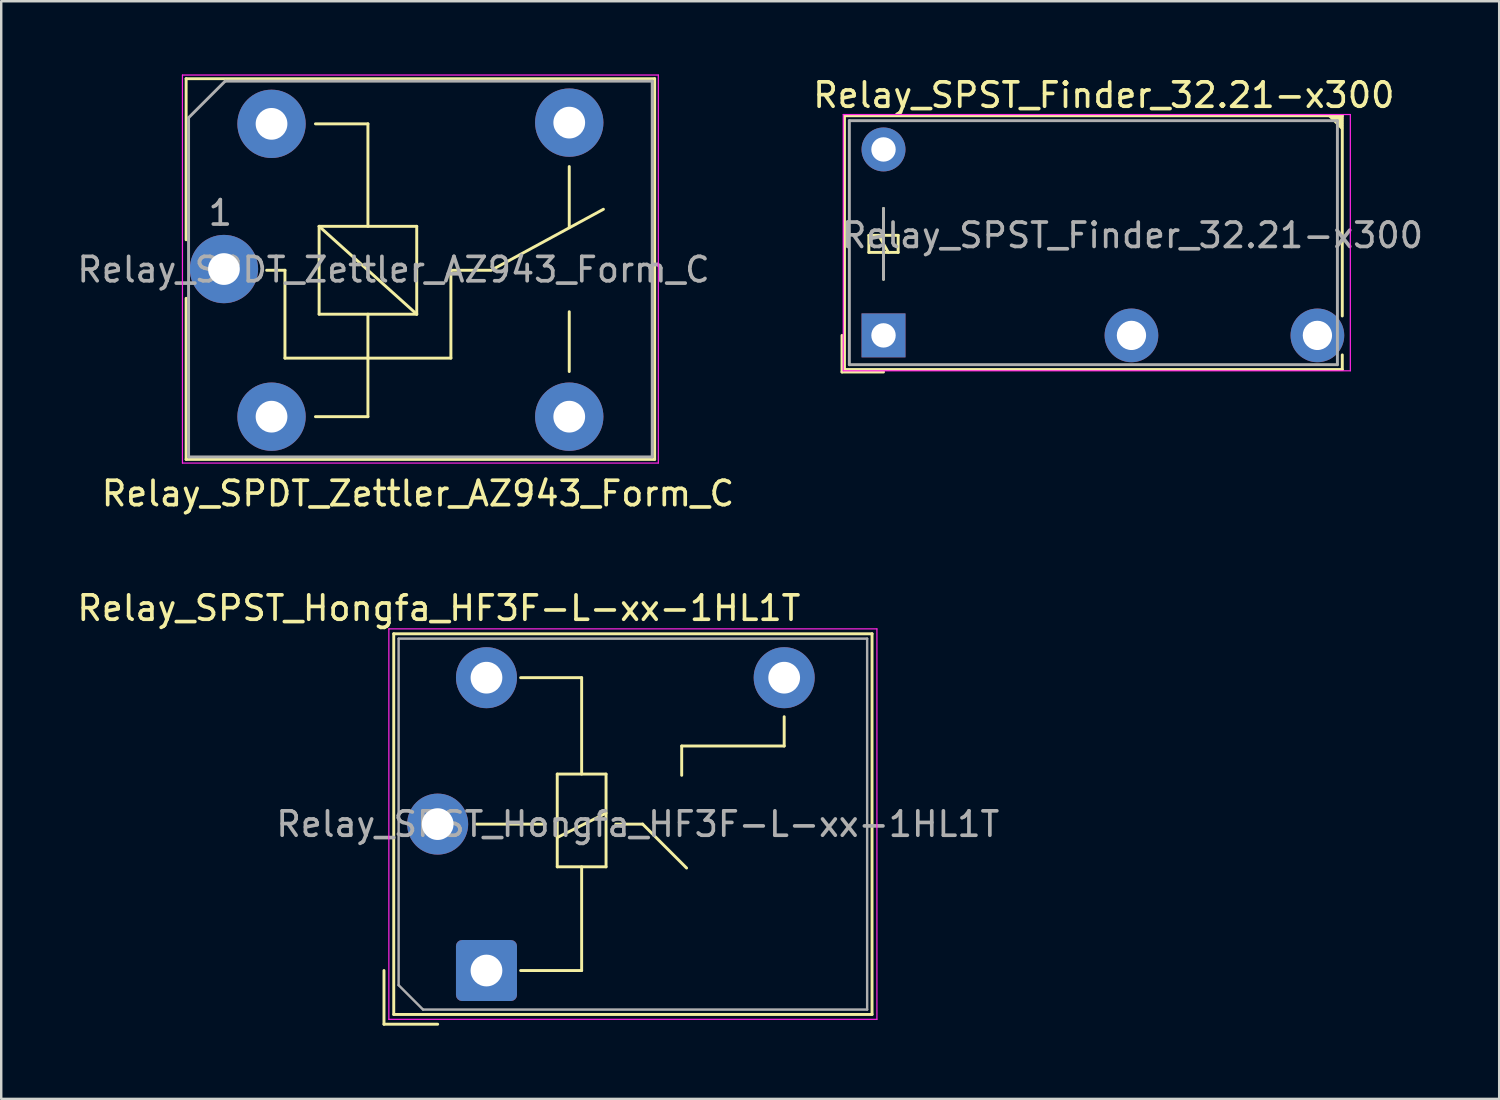
<source format=kicad_pcb>
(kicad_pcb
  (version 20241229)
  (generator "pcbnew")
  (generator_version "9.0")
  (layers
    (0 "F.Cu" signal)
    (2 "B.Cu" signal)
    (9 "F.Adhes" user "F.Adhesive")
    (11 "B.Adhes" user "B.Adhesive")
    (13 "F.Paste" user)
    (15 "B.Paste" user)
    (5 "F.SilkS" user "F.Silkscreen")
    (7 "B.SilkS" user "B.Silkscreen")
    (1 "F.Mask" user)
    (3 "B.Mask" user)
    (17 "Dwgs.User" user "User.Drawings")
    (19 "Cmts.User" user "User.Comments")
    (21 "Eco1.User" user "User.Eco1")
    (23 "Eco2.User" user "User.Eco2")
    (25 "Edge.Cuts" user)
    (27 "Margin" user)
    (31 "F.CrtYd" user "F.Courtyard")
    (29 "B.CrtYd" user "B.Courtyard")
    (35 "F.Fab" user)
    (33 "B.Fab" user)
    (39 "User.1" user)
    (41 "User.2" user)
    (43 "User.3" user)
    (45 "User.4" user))
  (footprint "Relay_SPDT_Zettler_AZ943_Form_C"
    (layer "F.Cu")
    (at 5.977 7.975)
    (property "Reference" "Relay_SPDT_Zettler_AZ943_Form_C" (at 8.1 9.2 0) (layer "F.SilkS") (effects (font (size 1 1) (thickness 0.15))))
    (attr through_hole)
    (fp_line (start -1.4 -7.8) (end -1.4 -1.2) (stroke (width 0.12) (type solid)) (layer "F.SilkS"))
    (fp_line (start -1.4 -7.8) (end 17.8 -7.8) (stroke (width 0.12) (type solid)) (layer "F.SilkS"))
    (fp_line (start -1.4 1.2) (end -1.4 7.8) (stroke (width 0.12) (type solid)) (layer "F.SilkS"))
    (fp_line (start 2.65 0.05) (end 1.9 0.05) (stroke (width 0.12) (type solid)) (layer "F.SilkS"))
    (fp_line (start 2.65 0.05) (end 2.65 3.65) (stroke (width 0.12) (type solid)) (layer "F.SilkS"))
    (fp_line (start 3.9 6.05) (end 6.05 6.05) (stroke (width 0.12) (type solid)) (layer "F.SilkS"))
    (fp_line (start 4.05 -1.75) (end 8.05 -1.75) (stroke (width 0.12) (type solid)) (layer "F.SilkS"))
    (fp_line (start 4.05 1.85) (end 4.05 -1.75) (stroke (width 0.12) (type solid)) (layer "F.SilkS"))
    (fp_line (start 6.05 -5.95) (end 3.9 -5.95) (stroke (width 0.12) (type solid)) (layer "F.SilkS"))
    (fp_line (start 6.05 -5.95) (end 6.05 -1.75) (stroke (width 0.12) (type solid)) (layer "F.SilkS"))
    (fp_line (start 6.05 1.85) (end 6.05 6.05) (stroke (width 0.12) (type solid)) (layer "F.SilkS"))
    (fp_line (start 8.05 -1.75) (end 8.05 1.85) (stroke (width 0.12) (type solid)) (layer "F.SilkS"))
    (fp_line (start 8.05 1.85) (end 4.05 -1.75) (stroke (width 0.12) (type solid)) (layer "F.SilkS"))
    (fp_line (start 8.05 1.85) (end 4.05 1.85) (stroke (width 0.12) (type solid)) (layer "F.SilkS"))
    (fp_line (start 9.45 0.05) (end 9.45 3.65) (stroke (width 0.12) (type solid)) (layer "F.SilkS"))
    (fp_line (start 9.45 0.05) (end 11.05 0.05) (stroke (width 0.12) (type solid)) (layer "F.SilkS"))
    (fp_line (start 9.45 3.65) (end 2.65 3.65) (stroke (width 0.12) (type solid)) (layer "F.SilkS"))
    (fp_line (start 11.1 0.05) (end 15.7 -2.45) (stroke (width 0.12) (type solid)) (layer "F.SilkS"))
    (fp_line (start 14.3 -4.2) (end 14.3 -1.7) (stroke (width 0.12) (type solid)) (layer "F.SilkS"))
    (fp_line (start 14.3 4.2) (end 14.3 1.75) (stroke (width 0.12) (type solid)) (layer "F.SilkS"))
    (fp_line (start 17.8 -7.8) (end 17.8 7.8) (stroke (width 0.12) (type solid)) (layer "F.SilkS"))
    (fp_line (start 17.8 7.8) (end -1.4 7.8) (stroke (width 0.12) (type solid)) (layer "F.SilkS"))
    (fp_line (start -1.55 7.95) (end -1.55 -7.95) (stroke (width 0.05) (type solid)) (layer "F.CrtYd"))
    (fp_line (start -1.55 7.95) (end 17.95 7.95) (stroke (width 0.05) (type solid)) (layer "F.CrtYd"))
    (fp_line (start 17.95 -7.95) (end -1.55 -7.95) (stroke (width 0.05) (type solid)) (layer "F.CrtYd"))
    (fp_line (start 17.95 -7.95) (end 17.95 7.95) (stroke (width 0.05) (type solid)) (layer "F.CrtYd"))
    (fp_line (start -1.3 7.7) (end -1.3 -6.2) (stroke (width 0.12) (type solid)) (layer "F.Fab"))
    (fp_line (start 0.2 -7.7) (end -1.3 -6.2) (stroke (width 0.12) (type default)) (layer "F.Fab"))
    (fp_line (start 0.2 -7.7) (end 17.7 -7.7) (stroke (width 0.12) (type solid)) (layer "F.Fab"))
    (fp_line (start 17.7 -7.7) (end 17.7 7.7) (stroke (width 0.12) (type solid)) (layer "F.Fab"))
    (fp_line (start 17.7 7.7) (end -1.3 7.7) (stroke (width 0.12) (type solid)) (layer "F.Fab"))
    (fp_text user "1" (at 0 -2.3 0) (layer "F.Fab") (effects (font (size 1 1) (thickness 0.15))))
    (fp_text user "${REFERENCE}" (at 7.1 0.025 0) (layer "F.Fab") (effects (font (size 1 1) (thickness 0.15))))
    (pad "11" thru_hole circle (at 0.15 0 90) (size 2.8 2.8) (drill 1.3) (layers "*.Cu" "*.Mask"))
    (pad "12" thru_hole circle (at 14.3 -6 90) (size 2.8 2.8) (drill 1.3) (layers "*.Cu" "*.Mask"))
    (pad "14" thru_hole circle (at 14.3 6.05 90) (size 2.8 2.8) (drill 1.3) (layers "*.Cu" "*.Mask"))
    (pad "A1" thru_hole circle (at 2.1 -5.95 90) (size 2.8 2.8) (drill 1.3) (layers "*.Cu" "*.Mask"))
    (pad "A2" thru_hole circle (at 2.1 6.05 90) (size 2.8 2.8) (drill 1.3) (layers "*.Cu" "*.Mask")))
  (footprint "Relay_SPST_Hongfa_HF3F-L-xx-1HL1T"
    (layer "F.Cu")
    (at 16.885 36.721)
    (property "Reference" "Relay_SPST_Hongfa_HF3F-L-xx-1HL1T" (at -1.95 -14.85 0) (layer "F.SilkS") (effects (font (size 1 1) (thickness 0.15))))
    (attr through_hole)
    (fp_line (start -4.2 0) (end -4.2 2.2) (stroke (width 0.12) (type solid)) (layer "F.SilkS"))
    (fp_line (start -4.2 2.2) (end -2 2.2) (stroke (width 0.12) (type solid)) (layer "F.SilkS"))
    (fp_line (start -3.8 -13.8) (end -3.8 1.8) (stroke (width 0.12) (type solid)) (layer "F.SilkS"))
    (fp_line (start -3.8 1.8) (end 15.8 1.8) (stroke (width 0.12) (type solid)) (layer "F.SilkS"))
    (fp_line (start -0.4 -6) (end 2.4 -6) (stroke (width 0.12) (type solid)) (layer "F.SilkS"))
    (fp_line (start 2.9 -8.05) (end 2.9 -4.25) (stroke (width 0.12) (type solid)) (layer "F.SilkS"))
    (fp_line (start 2.9 -4.25) (end 4.9 -4.25) (stroke (width 0.12) (type solid)) (layer "F.SilkS"))
    (fp_line (start 3.9 -12) (end 1.4 -12) (stroke (width 0.12) (type solid)) (layer "F.SilkS"))
    (fp_line (start 3.9 -8.05) (end 3.9 -12) (stroke (width 0.12) (type default)) (layer "F.SilkS"))
    (fp_line (start 3.9 -4.25) (end 3.9 0) (stroke (width 0.12) (type default)) (layer "F.SilkS"))
    (fp_line (start 3.9 0) (end 1.4 0) (stroke (width 0.12) (type solid)) (layer "F.SilkS"))
    (fp_line (start 4.9 -8.05) (end 2.9 -8.05) (stroke (width 0.12) (type solid)) (layer "F.SilkS"))
    (fp_line (start 4.9 -6.45) (end 2.9 -5.45) (stroke (width 0.12) (type solid)) (layer "F.SilkS"))
    (fp_line (start 4.9 -4.25) (end 4.9 -8.05) (stroke (width 0.12) (type solid)) (layer "F.SilkS"))
    (fp_line (start 6.4 -6) (end 5.3 -6) (stroke (width 0.12) (type default)) (layer "F.SilkS"))
    (fp_line (start 6.4 -6) (end 8.2 -4.2) (stroke (width 0.12) (type solid)) (layer "F.SilkS"))
    (fp_line (start 8 -9.2) (end 8 -8) (stroke (width 0.12) (type solid)) (layer "F.SilkS"))
    (fp_line (start 12.2 -10.4) (end 12.2 -9.2) (stroke (width 0.12) (type solid)) (layer "F.SilkS"))
    (fp_line (start 12.2 -9.2) (end 8 -9.2) (stroke (width 0.12) (type solid)) (layer "F.SilkS"))
    (fp_line (start 15.8 -13.8) (end -3.8 -13.8) (stroke (width 0.12) (type solid)) (layer "F.SilkS"))
    (fp_line (start 15.8 1.8) (end 15.8 -13.8) (stroke (width 0.12) (type solid)) (layer "F.SilkS"))
    (fp_line (start -4 -14) (end -4 2) (stroke (width 0.05) (type solid)) (layer "F.CrtYd"))
    (fp_line (start -4 2) (end 16 2) (stroke (width 0.05) (type solid)) (layer "F.CrtYd"))
    (fp_line (start 16 -14) (end -4 -14) (stroke (width 0.05) (type solid)) (layer "F.CrtYd"))
    (fp_line (start 16 2) (end 16 -14) (stroke (width 0.05) (type solid)) (layer "F.CrtYd"))
    (fp_line (start -3.6 -13.6) (end -3.6 0.6) (stroke (width 0.1) (type solid)) (layer "F.Fab"))
    (fp_line (start -3.6 0.6) (end -2.6 1.6) (stroke (width 0.1) (type solid)) (layer "F.Fab"))
    (fp_line (start -2.6 1.6) (end 15.6 1.6) (stroke (width 0.1) (type solid)) (layer "F.Fab"))
    (fp_line (start 15.6 -13.6) (end -3.6 -13.6) (stroke (width 0.1) (type solid)) (layer "F.Fab"))
    (fp_line (start 15.6 1.6) (end 15.6 -13.6) (stroke (width 0.1) (type solid)) (layer "F.Fab"))
    (fp_text user "${REFERENCE}" (at 6.2 -6 0) (layer "F.Fab") (effects (font (size 1 1) (thickness 0.15))))
    (pad "1" thru_hole roundrect (at 0 0) (size 2.5 2.5) (drill 1.3) (layers "*.Cu" "*.Mask") (roundrect_rratio 0.1))
    (pad "4" thru_hole circle (at 12.2 -12) (size 2.5 2.5) (drill 1.3) (layers "*.Cu" "*.Mask"))
    (pad "5" thru_hole circle (at 0 -12) (size 2.5 2.5) (drill 1.3) (layers "*.Cu" "*.Mask"))
    (pad "6" thru_hole circle (at -2 -6) (size 2.5 2.5) (drill 1.3) (layers "*.Cu" "*.Mask")))
  (footprint "Relay_SPST_Finder_32.21-x300"
    (layer "F.Cu")
    (at 33.155 10.694)
    (property "Reference" "Relay_SPST_Finder_32.21-x300" (at 9.029 -9.846 180) (layer "F.SilkS") (effects (font (size 1 1) (thickness 0.15))))
    (attr through_hole)
    (fp_line (start -1.7 1.5) (end -1.7 0) (stroke (width 0.12) (type solid)) (layer "F.SilkS"))
    (fp_line (start -1.6 -9) (end 18.8 -9) (stroke (width 0.12) (type solid)) (layer "F.SilkS"))
    (fp_line (start -1.6 1.4) (end -1.6 -9) (stroke (width 0.12) (type solid)) (layer "F.SilkS"))
    (fp_line (start -0.6 -4.1) (end -0.6 -3.4) (stroke (width 0.12) (type solid)) (layer "F.SilkS"))
    (fp_line (start -0.6 -3.4) (end 0.6 -3.4) (stroke (width 0.12) (type solid)) (layer "F.SilkS"))
    (fp_line (start 0 -4.1) (end 0 -5.2) (stroke (width 0.12) (type solid)) (layer "F.SilkS"))
    (fp_line (start 0 -3.4) (end 0 -2.3) (stroke (width 0.12) (type solid)) (layer "F.SilkS"))
    (fp_line (start 0 1.5) (end -1.7 1.5) (stroke (width 0.12) (type solid)) (layer "F.SilkS"))
    (fp_line (start 0.2 -3.4) (end -0.2 -4.1) (stroke (width 0.12) (type solid)) (layer "F.SilkS"))
    (fp_line (start 0.6 -4.1) (end -0.6 -4.1) (stroke (width 0.12) (type solid)) (layer "F.SilkS"))
    (fp_line (start 0.6 -3.4) (end 0.6 -4.1) (stroke (width 0.12) (type solid)) (layer "F.SilkS"))
    (fp_line (start 18.279 -8.996) (end 18.779 -8.496) (stroke (width 0.12) (type solid)) (layer "F.SilkS"))
    (fp_line (start 18.479 -8.996) (end 18.779 -8.696) (stroke (width 0.12) (type solid)) (layer "F.SilkS"))
    (fp_line (start 18.679 -8.996) (end 18.779 -8.896) (stroke (width 0.12) (type solid)) (layer "F.SilkS"))
    (fp_line (start 18.779 -8.796) (end 18.579 -8.996) (stroke (width 0.12) (type solid)) (layer "F.SilkS"))
    (fp_line (start 18.779 -8.596) (end 18.379 -8.996) (stroke (width 0.12) (type solid)) (layer "F.SilkS"))
    (fp_line (start 18.8 -9) (end 18.8 -0.796) (stroke (width 0.12) (type solid)) (layer "F.SilkS"))
    (fp_line (start 18.8 0.8) (end 18.8 1.4) (stroke (width 0.12) (type solid)) (layer "F.SilkS"))
    (fp_line (start 18.8 1.4) (end -1.6 1.4) (stroke (width 0.12) (type solid)) (layer "F.SilkS"))
    (fp_line (start -1.65 1.45) (end -1.65 -9.05) (stroke (width 0.05) (type solid)) (layer "F.CrtYd"))
    (fp_line (start -1.65 1.45) (end 19.13 1.45) (stroke (width 0.05) (type solid)) (layer "F.CrtYd"))
    (fp_line (start 19.13 -9.05) (end -1.65 -9.05) (stroke (width 0.05) (type solid)) (layer "F.CrtYd"))
    (fp_line (start 19.13 -9.05) (end 19.13 1.45) (stroke (width 0.05) (type solid)) (layer "F.CrtYd"))
    (fp_line (start -1.4 -8.8) (end 18.6 -8.8) (stroke (width 0.12) (type solid)) (layer "F.Fab"))
    (fp_line (start -1.4 1.2) (end -1.4 -8.8) (stroke (width 0.12) (type solid)) (layer "F.Fab"))
    (fp_line (start 0 -2.3) (end 0 -5.2) (stroke (width 0.12) (type solid)) (layer "F.Fab"))
    (fp_line (start 18.6 -8.8) (end 18.6 1.2) (stroke (width 0.12) (type solid)) (layer "F.Fab"))
    (fp_line (start 18.6 1.2) (end -1.4 1.2) (stroke (width 0.12) (type solid)) (layer "F.Fab"))
    (fp_text user "${REFERENCE}" (at 10.2 -4.1 180) (layer "F.Fab") (effects (font (size 1 1) (thickness 0.15))))
    (pad "11" thru_hole circle (at 10.16 0 90) (size 2.2 2.2) (drill 1.2) (layers "*.Cu" "*.Mask"))
    (pad "14" thru_hole circle (at 17.78 0 90) (size 2.2 2.2) (drill 1.2) (layers "*.Cu" "*.Mask"))
    (pad "A1" thru_hole rect (at 0 0 90) (size 1.8 1.8) (drill 1) (layers "*.Cu" "*.Mask"))
    (pad "A2" thru_hole circle (at 0 -7.62 90) (size 1.8 1.8) (drill 1) (layers "*.Cu" "*.Mask")))
  (gr_rect
    (start -3 -3)
    (end 58.385 41.981)
    (stroke (width 0.1) (type default))
    (fill no)
    (layer "Edge.Cuts")))
</source>
